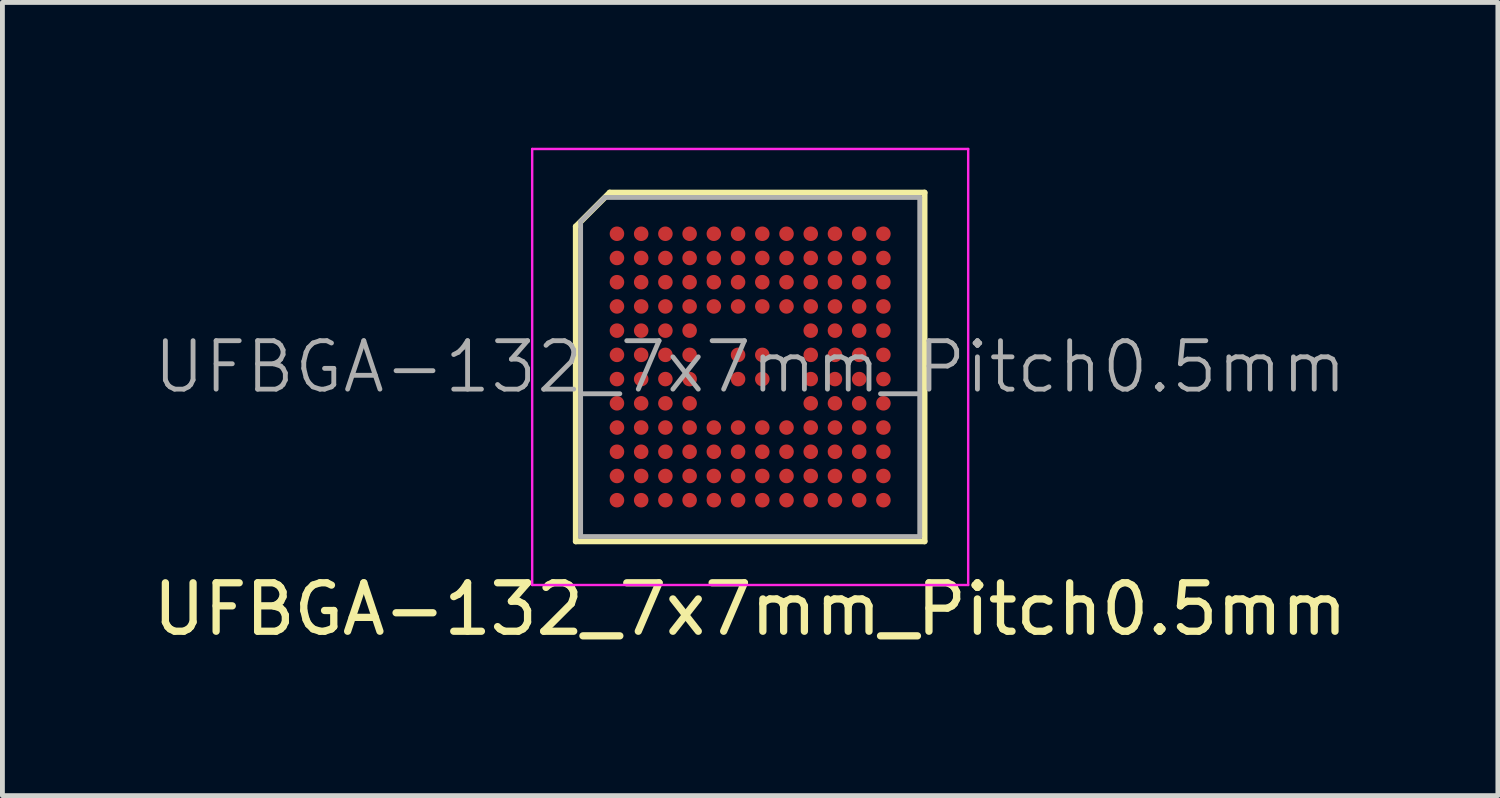
<source format=kicad_pcb>
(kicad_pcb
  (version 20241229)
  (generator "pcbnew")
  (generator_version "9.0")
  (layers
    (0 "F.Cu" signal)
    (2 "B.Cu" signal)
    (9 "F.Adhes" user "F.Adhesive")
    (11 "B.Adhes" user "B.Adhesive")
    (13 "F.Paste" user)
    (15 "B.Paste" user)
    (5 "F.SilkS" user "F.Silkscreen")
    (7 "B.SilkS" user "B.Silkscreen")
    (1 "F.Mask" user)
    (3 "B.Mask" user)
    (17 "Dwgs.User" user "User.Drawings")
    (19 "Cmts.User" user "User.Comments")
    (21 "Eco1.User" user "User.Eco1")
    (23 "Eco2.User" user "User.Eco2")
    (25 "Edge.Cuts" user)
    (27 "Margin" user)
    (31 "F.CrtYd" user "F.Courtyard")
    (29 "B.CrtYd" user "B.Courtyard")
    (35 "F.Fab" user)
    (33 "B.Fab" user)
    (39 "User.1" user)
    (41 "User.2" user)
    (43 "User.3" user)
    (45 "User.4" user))
  (footprint "UFBGA-132_7x7mm_Pitch0.5mm"
    (layer "F.Cu")
    (at 12.435 4.525)
    (property "Reference" "UFBGA-132_7x7mm_Pitch0.5mm" (at 0 5 0) (layer "F.SilkS") (effects (font (size 1 1) (thickness 0.15))))
    (attr smd)
    (fp_line (start -3.6 3.6) (end -3.6 -2.9) (stroke (width 0.12) (type solid)) (layer "F.SilkS"))
    (fp_line (start -2.9 -3.6) (end -3.6 -2.9) (stroke (width 0.12) (type solid)) (layer "F.SilkS"))
    (fp_line (start -2.9 -3.6) (end 3.6 -3.6) (stroke (width 0.12) (type solid)) (layer "F.SilkS"))
    (fp_line (start 3.6 -3.6) (end 3.6 3.6) (stroke (width 0.12) (type solid)) (layer "F.SilkS"))
    (fp_line (start 3.6 3.6) (end -3.6 3.6) (stroke (width 0.12) (type solid)) (layer "F.SilkS"))
    (fp_circle (center -3.75 -3.75) (end -3.65 -3.75) (stroke (width 0.2) (type solid)) (fill no) (layer "B.Paste"))
    (fp_line (start -4.5 -4.5) (end 4.5 -4.5) (stroke (width 0.05) (type solid)) (layer "F.CrtYd"))
    (fp_line (start -4.5 4.5) (end -4.5 -4.5) (stroke (width 0.05) (type solid)) (layer "F.CrtYd"))
    (fp_line (start 4.5 -4.5) (end 4.5 4.5) (stroke (width 0.05) (type solid)) (layer "F.CrtYd"))
    (fp_line (start 4.5 4.5) (end -4.5 4.5) (stroke (width 0.05) (type solid)) (layer "F.CrtYd"))
    (fp_line (start -3.5 3.5) (end -3.5 -3) (stroke (width 0.1) (type solid)) (layer "F.Fab"))
    (fp_line (start -3 -3.5) (end -3.5 -3) (stroke (width 0.1) (type solid)) (layer "F.Fab"))
    (fp_line (start -3 -3.5) (end 3.5 -3.5) (stroke (width 0.1) (type solid)) (layer "F.Fab"))
    (fp_line (start 3.5 -3.5) (end 3.5 3.5) (stroke (width 0.1) (type solid)) (layer "F.Fab"))
    (fp_line (start 3.5 3.5) (end -3.5 3.5) (stroke (width 0.1) (type solid)) (layer "F.Fab"))
    (fp_text user "${REFERENCE}" (at 0 0 0) (layer "F.Fab") (effects (font (size 1 1) (thickness 0.1))))
    (pad "A1" smd circle (at -2.75 -2.75) (size 0.3 0.3) (layers "F.Cu" "F.Mask" "F.Paste"))
    (pad "A2" smd circle (at -2.25 -2.75) (size 0.3 0.3) (layers "F.Cu" "F.Mask" "F.Paste"))
    (pad "A3" smd circle (at -1.75 -2.75) (size 0.3 0.3) (layers "F.Cu" "F.Mask" "F.Paste"))
    (pad "A4" smd circle (at -1.25 -2.75) (size 0.3 0.3) (layers "F.Cu" "F.Mask" "F.Paste"))
    (pad "A5" smd circle (at -0.75 -2.75) (size 0.3 0.3) (layers "F.Cu" "F.Mask" "F.Paste"))
    (pad "A6" smd circle (at -0.25 -2.75) (size 0.3 0.3) (layers "F.Cu" "F.Mask" "F.Paste"))
    (pad "A7" smd circle (at 0.25 -2.75) (size 0.3 0.3) (layers "F.Cu" "F.Mask" "F.Paste"))
    (pad "A8" smd circle (at 0.75 -2.75) (size 0.3 0.3) (layers "F.Cu" "F.Mask" "F.Paste"))
    (pad "A9" smd circle (at 1.25 -2.75) (size 0.3 0.3) (layers "F.Cu" "F.Mask" "F.Paste"))
    (pad "A10" smd circle (at 1.75 -2.75) (size 0.3 0.3) (layers "F.Cu" "F.Mask" "F.Paste"))
    (pad "A11" smd circle (at 2.25 -2.75) (size 0.3 0.3) (layers "F.Cu" "F.Mask" "F.Paste"))
    (pad "A12" smd circle (at 2.75 -2.75) (size 0.3 0.3) (layers "F.Cu" "F.Mask" "F.Paste"))
    (pad "B1" smd circle (at -2.75 -2.25) (size 0.3 0.3) (layers "F.Cu" "F.Mask" "F.Paste"))
    (pad "B2" smd circle (at -2.25 -2.25) (size 0.3 0.3) (layers "F.Cu" "F.Mask" "F.Paste"))
    (pad "B3" smd circle (at -1.75 -2.25) (size 0.3 0.3) (layers "F.Cu" "F.Mask" "F.Paste"))
    (pad "B4" smd circle (at -1.25 -2.25) (size 0.3 0.3) (layers "F.Cu" "F.Mask" "F.Paste"))
    (pad "B5" smd circle (at -0.75 -2.25) (size 0.3 0.3) (layers "F.Cu" "F.Mask" "F.Paste"))
    (pad "B6" smd circle (at -0.25 -2.25) (size 0.3 0.3) (layers "F.Cu" "F.Mask" "F.Paste"))
    (pad "B7" smd circle (at 0.25 -2.25) (size 0.3 0.3) (layers "F.Cu" "F.Mask" "F.Paste"))
    (pad "B8" smd circle (at 0.75 -2.25) (size 0.3 0.3) (layers "F.Cu" "F.Mask" "F.Paste"))
    (pad "B9" smd circle (at 1.25 -2.25) (size 0.3 0.3) (layers "F.Cu" "F.Mask" "F.Paste"))
    (pad "B10" smd circle (at 1.75 -2.25) (size 0.3 0.3) (layers "F.Cu" "F.Mask" "F.Paste"))
    (pad "B11" smd circle (at 2.25 -2.25) (size 0.3 0.3) (layers "F.Cu" "F.Mask" "F.Paste"))
    (pad "B12" smd circle (at 2.75 -2.25) (size 0.3 0.3) (layers "F.Cu" "F.Mask" "F.Paste"))
    (pad "C1" smd circle (at -2.75 -1.75) (size 0.3 0.3) (layers "F.Cu" "F.Mask" "F.Paste"))
    (pad "C2" smd circle (at -2.25 -1.75) (size 0.3 0.3) (layers "F.Cu" "F.Mask" "F.Paste"))
    (pad "C3" smd circle (at -1.75 -1.75) (size 0.3 0.3) (layers "F.Cu" "F.Mask" "F.Paste"))
    (pad "C4" smd circle (at -1.25 -1.75) (size 0.3 0.3) (layers "F.Cu" "F.Mask" "F.Paste"))
    (pad "C5" smd circle (at -0.75 -1.75) (size 0.3 0.3) (layers "F.Cu" "F.Mask" "F.Paste"))
    (pad "C6" smd circle (at -0.25 -1.75) (size 0.3 0.3) (layers "F.Cu" "F.Mask" "F.Paste"))
    (pad "C7" smd circle (at 0.25 -1.75) (size 0.3 0.3) (layers "F.Cu" "F.Mask" "F.Paste"))
    (pad "C8" smd circle (at 0.75 -1.75) (size 0.3 0.3) (layers "F.Cu" "F.Mask" "F.Paste"))
    (pad "C9" smd circle (at 1.25 -1.75) (size 0.3 0.3) (layers "F.Cu" "F.Mask" "F.Paste"))
    (pad "C10" smd circle (at 1.75 -1.75) (size 0.3 0.3) (layers "F.Cu" "F.Mask" "F.Paste"))
    (pad "C11" smd circle (at 2.25 -1.75) (size 0.3 0.3) (layers "F.Cu" "F.Mask" "F.Paste"))
    (pad "C12" smd circle (at 2.75 -1.75) (size 0.3 0.3) (layers "F.Cu" "F.Mask" "F.Paste"))
    (pad "D1" smd circle (at -2.75 -1.25) (size 0.3 0.3) (layers "F.Cu" "F.Mask" "F.Paste"))
    (pad "D2" smd circle (at -2.25 -1.25) (size 0.3 0.3) (layers "F.Cu" "F.Mask" "F.Paste"))
    (pad "D3" smd circle (at -1.75 -1.25) (size 0.3 0.3) (layers "F.Cu" "F.Mask" "F.Paste"))
    (pad "D4" smd circle (at -1.25 -1.25) (size 0.3 0.3) (layers "F.Cu" "F.Mask" "F.Paste"))
    (pad "D5" smd circle (at -0.75 -1.25) (size 0.3 0.3) (layers "F.Cu" "F.Mask" "F.Paste"))
    (pad "D6" smd circle (at -0.25 -1.25) (size 0.3 0.3) (layers "F.Cu" "F.Mask" "F.Paste"))
    (pad "D7" smd circle (at 0.25 -1.25) (size 0.3 0.3) (layers "F.Cu" "F.Mask" "F.Paste"))
    (pad "D8" smd circle (at 0.75 -1.25) (size 0.3 0.3) (layers "F.Cu" "F.Mask" "F.Paste"))
    (pad "D9" smd circle (at 1.25 -1.25) (size 0.3 0.3) (layers "F.Cu" "F.Mask" "F.Paste"))
    (pad "D10" smd circle (at 1.75 -1.25) (size 0.3 0.3) (layers "F.Cu" "F.Mask" "F.Paste"))
    (pad "D11" smd circle (at 2.25 -1.25) (size 0.3 0.3) (layers "F.Cu" "F.Mask" "F.Paste"))
    (pad "D12" smd circle (at 2.75 -1.25) (size 0.3 0.3) (layers "F.Cu" "F.Mask" "F.Paste"))
    (pad "E1" smd circle (at -2.75 -0.75) (size 0.3 0.3) (layers "F.Cu" "F.Mask" "F.Paste"))
    (pad "E2" smd circle (at -2.25 -0.75) (size 0.3 0.3) (layers "F.Cu" "F.Mask" "F.Paste"))
    (pad "E3" smd circle (at -1.75 -0.75) (size 0.3 0.3) (layers "F.Cu" "F.Mask" "F.Paste"))
    (pad "E4" smd circle (at -1.25 -0.75) (size 0.3 0.3) (layers "F.Cu" "F.Mask" "F.Paste"))
    (pad "E9" smd circle (at 1.25 -0.75) (size 0.3 0.3) (layers "F.Cu" "F.Mask" "F.Paste"))
    (pad "E10" smd circle (at 1.75 -0.75) (size 0.3 0.3) (layers "F.Cu" "F.Mask" "F.Paste"))
    (pad "E11" smd circle (at 2.25 -0.75) (size 0.3 0.3) (layers "F.Cu" "F.Mask" "F.Paste"))
    (pad "E12" smd circle (at 2.75 -0.75) (size 0.3 0.3) (layers "F.Cu" "F.Mask" "F.Paste"))
    (pad "F1" smd circle (at -2.75 -0.25) (size 0.3 0.3) (layers "F.Cu" "F.Mask" "F.Paste"))
    (pad "F2" smd circle (at -2.25 -0.25) (size 0.3 0.3) (layers "F.Cu" "F.Mask" "F.Paste"))
    (pad "F3" smd circle (at -1.75 -0.25) (size 0.3 0.3) (layers "F.Cu" "F.Mask" "F.Paste"))
    (pad "F4" smd circle (at -1.25 -0.25) (size 0.3 0.3) (layers "F.Cu" "F.Mask" "F.Paste"))
    (pad "F6" smd circle (at -0.25 -0.25) (size 0.3 0.3) (layers "F.Cu" "F.Mask" "F.Paste"))
    (pad "F7" smd circle (at 0.25 -0.25) (size 0.3 0.3) (layers "F.Cu" "F.Mask" "F.Paste"))
    (pad "F9" smd circle (at 1.25 -0.25) (size 0.3 0.3) (layers "F.Cu" "F.Mask" "F.Paste"))
    (pad "F10" smd circle (at 1.75 -0.25) (size 0.3 0.3) (layers "F.Cu" "F.Mask" "F.Paste"))
    (pad "F11" smd circle (at 2.25 -0.25) (size 0.3 0.3) (layers "F.Cu" "F.Mask" "F.Paste"))
    (pad "F12" smd circle (at 2.75 -0.25) (size 0.3 0.3) (layers "F.Cu" "F.Mask" "F.Paste"))
    (pad "G1" smd circle (at -2.75 0.25) (size 0.3 0.3) (layers "F.Cu" "F.Mask" "F.Paste"))
    (pad "G2" smd circle (at -2.25 0.25) (size 0.3 0.3) (layers "F.Cu" "F.Mask" "F.Paste"))
    (pad "G3" smd circle (at -1.75 0.25) (size 0.3 0.3) (layers "F.Cu" "F.Mask" "F.Paste"))
    (pad "G4" smd circle (at -1.25 0.25) (size 0.3 0.3) (layers "F.Cu" "F.Mask" "F.Paste"))
    (pad "G6" smd circle (at -0.25 0.25) (size 0.3 0.3) (layers "F.Cu" "F.Mask" "F.Paste"))
    (pad "G7" smd circle (at 0.25 0.25) (size 0.3 0.3) (layers "F.Cu" "F.Mask" "F.Paste"))
    (pad "G9" smd circle (at 1.25 0.25) (size 0.3 0.3) (layers "F.Cu" "F.Mask" "F.Paste"))
    (pad "G10" smd circle (at 1.75 0.25) (size 0.3 0.3) (layers "F.Cu" "F.Mask" "F.Paste"))
    (pad "G11" smd circle (at 2.25 0.25) (size 0.3 0.3) (layers "F.Cu" "F.Mask" "F.Paste"))
    (pad "G12" smd circle (at 2.75 0.25) (size 0.3 0.3) (layers "F.Cu" "F.Mask" "F.Paste"))
    (pad "H1" smd circle (at -2.75 0.75) (size 0.3 0.3) (layers "F.Cu" "F.Mask" "F.Paste"))
    (pad "H2" smd circle (at -2.25 0.75) (size 0.3 0.3) (layers "F.Cu" "F.Mask" "F.Paste"))
    (pad "H3" smd circle (at -1.75 0.75) (size 0.3 0.3) (layers "F.Cu" "F.Mask" "F.Paste"))
    (pad "H4" smd circle (at -1.25 0.75) (size 0.3 0.3) (layers "F.Cu" "F.Mask" "F.Paste"))
    (pad "H9" smd circle (at 1.25 0.75) (size 0.3 0.3) (layers "F.Cu" "F.Mask" "F.Paste"))
    (pad "H10" smd circle (at 1.75 0.75) (size 0.3 0.3) (layers "F.Cu" "F.Mask" "F.Paste"))
    (pad "H11" smd circle (at 2.25 0.75) (size 0.3 0.3) (layers "F.Cu" "F.Mask" "F.Paste"))
    (pad "H12" smd circle (at 2.75 0.75) (size 0.3 0.3) (layers "F.Cu" "F.Mask" "F.Paste"))
    (pad "I1" smd circle (at -2.75 1.25) (size 0.3 0.3) (layers "F.Cu" "F.Mask" "F.Paste"))
    (pad "I2" smd circle (at -2.25 1.25) (size 0.3 0.3) (layers "F.Cu" "F.Mask" "F.Paste"))
    (pad "I3" smd circle (at -1.75 1.25) (size 0.3 0.3) (layers "F.Cu" "F.Mask" "F.Paste"))
    (pad "I4" smd circle (at -1.25 1.25) (size 0.3 0.3) (layers "F.Cu" "F.Mask" "F.Paste"))
    (pad "I5" smd circle (at -0.75 1.25) (size 0.3 0.3) (layers "F.Cu" "F.Mask" "F.Paste"))
    (pad "I6" smd circle (at -0.25 1.25) (size 0.3 0.3) (layers "F.Cu" "F.Mask" "F.Paste"))
    (pad "I7" smd circle (at 0.25 1.25) (size 0.3 0.3) (layers "F.Cu" "F.Mask" "F.Paste"))
    (pad "I8" smd circle (at 0.75 1.25) (size 0.3 0.3) (layers "F.Cu" "F.Mask" "F.Paste"))
    (pad "I9" smd circle (at 1.25 1.25) (size 0.3 0.3) (layers "F.Cu" "F.Mask" "F.Paste"))
    (pad "I10" smd circle (at 1.75 1.25) (size 0.3 0.3) (layers "F.Cu" "F.Mask" "F.Paste"))
    (pad "I11" smd circle (at 2.25 1.25) (size 0.3 0.3) (layers "F.Cu" "F.Mask" "F.Paste"))
    (pad "I12" smd circle (at 2.75 1.25) (size 0.3 0.3) (layers "F.Cu" "F.Mask" "F.Paste"))
    (pad "J1" smd circle (at -2.75 1.75) (size 0.3 0.3) (layers "F.Cu" "F.Mask" "F.Paste"))
    (pad "J2" smd circle (at -2.25 1.75) (size 0.3 0.3) (layers "F.Cu" "F.Mask" "F.Paste"))
    (pad "J3" smd circle (at -1.75 1.75) (size 0.3 0.3) (layers "F.Cu" "F.Mask" "F.Paste"))
    (pad "J4" smd circle (at -1.25 1.75) (size 0.3 0.3) (layers "F.Cu" "F.Mask" "F.Paste"))
    (pad "J5" smd circle (at -0.75 1.75) (size 0.3 0.3) (layers "F.Cu" "F.Mask" "F.Paste"))
    (pad "J6" smd circle (at -0.25 1.75) (size 0.3 0.3) (layers "F.Cu" "F.Mask" "F.Paste"))
    (pad "J7" smd circle (at 0.25 1.75) (size 0.3 0.3) (layers "F.Cu" "F.Mask" "F.Paste"))
    (pad "J8" smd circle (at 0.75 1.75) (size 0.3 0.3) (layers "F.Cu" "F.Mask" "F.Paste"))
    (pad "J9" smd circle (at 1.25 1.75) (size 0.3 0.3) (layers "F.Cu" "F.Mask" "F.Paste"))
    (pad "J10" smd circle (at 1.75 1.75) (size 0.3 0.3) (layers "F.Cu" "F.Mask" "F.Paste"))
    (pad "J11" smd circle (at 2.25 1.75) (size 0.3 0.3) (layers "F.Cu" "F.Mask" "F.Paste"))
    (pad "J12" smd circle (at 2.75 1.75) (size 0.3 0.3) (layers "F.Cu" "F.Mask" "F.Paste"))
    (pad "K1" smd circle (at -2.75 2.25) (size 0.3 0.3) (layers "F.Cu" "F.Mask" "F.Paste"))
    (pad "K2" smd circle (at -2.25 2.25) (size 0.3 0.3) (layers "F.Cu" "F.Mask" "F.Paste"))
    (pad "K3" smd circle (at -1.75 2.25) (size 0.3 0.3) (layers "F.Cu" "F.Mask" "F.Paste"))
    (pad "K4" smd circle (at -1.25 2.25) (size 0.3 0.3) (layers "F.Cu" "F.Mask" "F.Paste"))
    (pad "K5" smd circle (at -0.75 2.25) (size 0.3 0.3) (layers "F.Cu" "F.Mask" "F.Paste"))
    (pad "K6" smd circle (at -0.25 2.25) (size 0.3 0.3) (layers "F.Cu" "F.Mask" "F.Paste"))
    (pad "K7" smd circle (at 0.25 2.25) (size 0.3 0.3) (layers "F.Cu" "F.Mask" "F.Paste"))
    (pad "K8" smd circle (at 0.75 2.25) (size 0.3 0.3) (layers "F.Cu" "F.Mask" "F.Paste"))
    (pad "K9" smd circle (at 1.25 2.25) (size 0.3 0.3) (layers "F.Cu" "F.Mask" "F.Paste"))
    (pad "K10" smd circle (at 1.75 2.25) (size 0.3 0.3) (layers "F.Cu" "F.Mask" "F.Paste"))
    (pad "K11" smd circle (at 2.25 2.25) (size 0.3 0.3) (layers "F.Cu" "F.Mask" "F.Paste"))
    (pad "K12" smd circle (at 2.75 2.25) (size 0.3 0.3) (layers "F.Cu" "F.Mask" "F.Paste"))
    (pad "L1" smd circle (at -2.75 2.75) (size 0.3 0.3) (layers "F.Cu" "F.Mask" "F.Paste"))
    (pad "L2" smd circle (at -2.25 2.75) (size 0.3 0.3) (layers "F.Cu" "F.Mask" "F.Paste"))
    (pad "L3" smd circle (at -1.75 2.75) (size 0.3 0.3) (layers "F.Cu" "F.Mask" "F.Paste"))
    (pad "L4" smd circle (at -1.25 2.75) (size 0.3 0.3) (layers "F.Cu" "F.Mask" "F.Paste"))
    (pad "L5" smd circle (at -0.75 2.75) (size 0.3 0.3) (layers "F.Cu" "F.Mask" "F.Paste"))
    (pad "L6" smd circle (at -0.25 2.75) (size 0.3 0.3) (layers "F.Cu" "F.Mask" "F.Paste"))
    (pad "L7" smd circle (at 0.25 2.75) (size 0.3 0.3) (layers "F.Cu" "F.Mask" "F.Paste"))
    (pad "L8" smd circle (at 0.75 2.75) (size 0.3 0.3) (layers "F.Cu" "F.Mask" "F.Paste"))
    (pad "L9" smd circle (at 1.25 2.75) (size 0.3 0.3) (layers "F.Cu" "F.Mask" "F.Paste"))
    (pad "L10" smd circle (at 1.75 2.75) (size 0.3 0.3) (layers "F.Cu" "F.Mask" "F.Paste"))
    (pad "L11" smd circle (at 2.25 2.75) (size 0.3 0.3) (layers "F.Cu" "F.Mask" "F.Paste"))
    (pad "L12" smd circle (at 2.75 2.75) (size 0.3 0.3) (layers "F.Cu" "F.Mask" "F.Paste")))
  (gr_rect
    (start -3 -3)
    (end 27.869 13.373)
    (stroke (width 0.1) (type default))
    (fill no)
    (layer "Edge.Cuts")))
</source>
